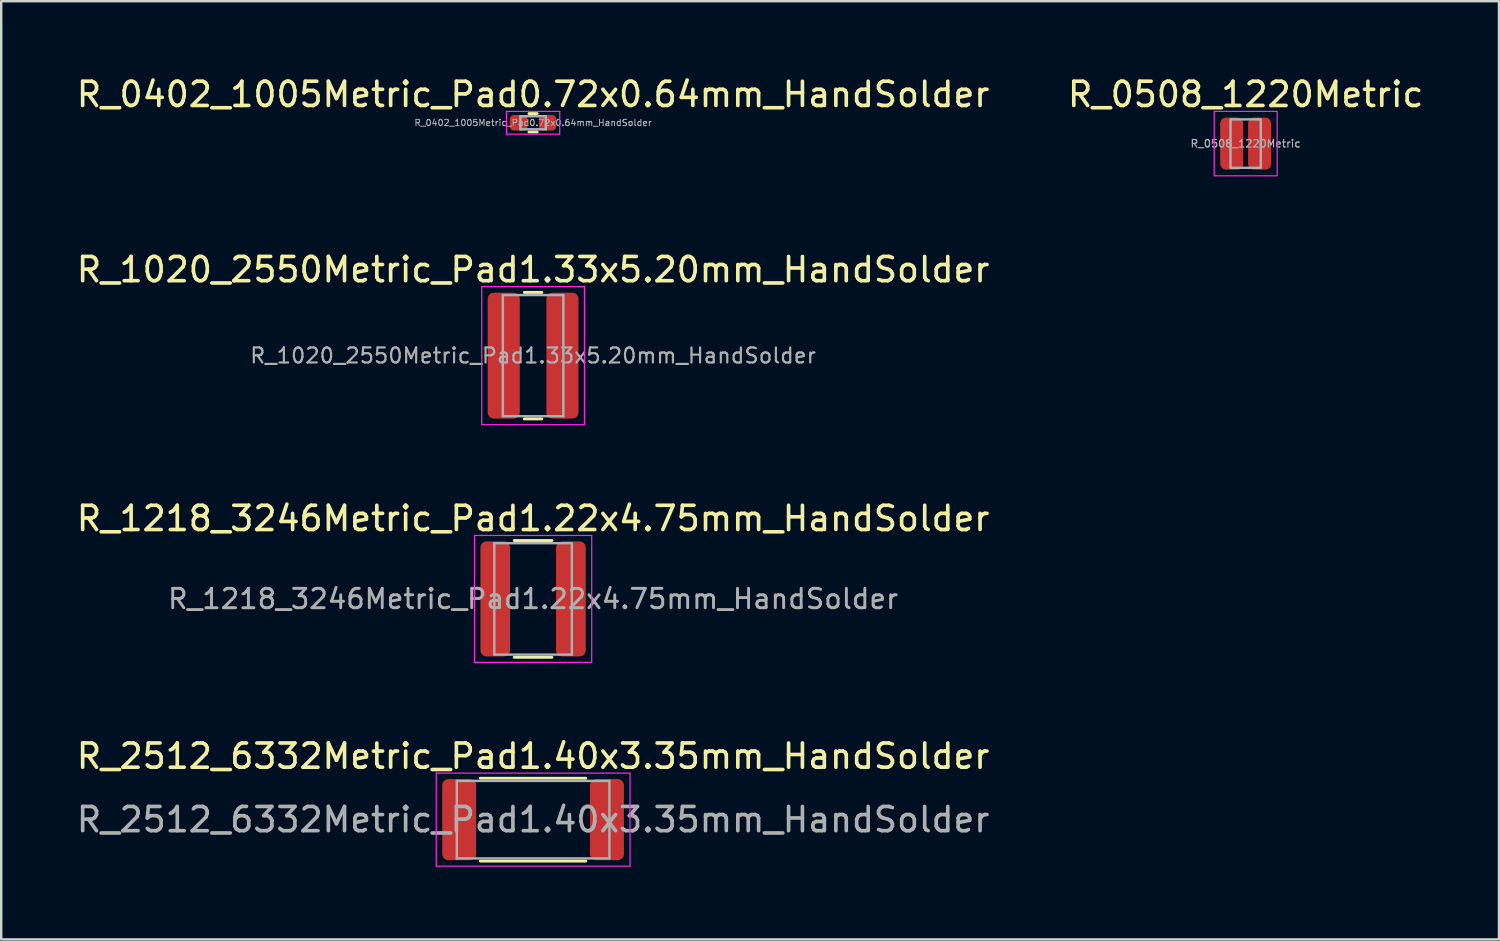
<source format=kicad_pcb>
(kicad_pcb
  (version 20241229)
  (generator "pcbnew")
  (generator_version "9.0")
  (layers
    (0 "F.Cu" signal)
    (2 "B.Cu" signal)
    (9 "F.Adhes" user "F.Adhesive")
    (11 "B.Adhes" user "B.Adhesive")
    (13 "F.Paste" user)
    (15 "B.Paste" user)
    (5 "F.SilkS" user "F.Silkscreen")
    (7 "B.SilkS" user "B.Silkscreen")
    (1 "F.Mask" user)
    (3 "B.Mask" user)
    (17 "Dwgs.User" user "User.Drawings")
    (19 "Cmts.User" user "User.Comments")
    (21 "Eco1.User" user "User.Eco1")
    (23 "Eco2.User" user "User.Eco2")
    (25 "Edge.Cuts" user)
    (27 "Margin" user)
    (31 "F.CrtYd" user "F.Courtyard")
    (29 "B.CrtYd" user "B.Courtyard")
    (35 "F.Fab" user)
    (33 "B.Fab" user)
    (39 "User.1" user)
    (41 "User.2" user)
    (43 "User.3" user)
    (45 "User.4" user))
  (footprint "R_2512_6332Metric_Pad1.40x3.35mm_HandSolder"
    (layer "F.Cu")
    (at 18.958 30.788)
    (property "Reference" "R_2512_6332Metric_Pad1.40x3.35mm_HandSolder" (at 0 -2.62 0) (layer "F.SilkS") (effects (font (size 1 1) (thickness 0.15))))
    (attr smd)
    (fp_line (start -2.177 -1.71) (end 2.177 -1.71) (stroke (width 0.12) (type solid)) (layer "F.SilkS"))
    (fp_line (start -2.177 1.71) (end 2.177 1.71) (stroke (width 0.12) (type solid)) (layer "F.SilkS"))
    (fp_line (start -4 -1.92) (end 4 -1.92) (stroke (width 0.05) (type solid)) (layer "F.CrtYd"))
    (fp_line (start -4 1.92) (end -4 -1.92) (stroke (width 0.05) (type solid)) (layer "F.CrtYd"))
    (fp_line (start 4 -1.92) (end 4 1.92) (stroke (width 0.05) (type solid)) (layer "F.CrtYd"))
    (fp_line (start 4 1.92) (end -4 1.92) (stroke (width 0.05) (type solid)) (layer "F.CrtYd"))
    (fp_line (start -3.15 -1.6) (end 3.15 -1.6) (stroke (width 0.1) (type solid)) (layer "F.Fab"))
    (fp_line (start -3.15 1.6) (end -3.15 -1.6) (stroke (width 0.1) (type solid)) (layer "F.Fab"))
    (fp_line (start 3.15 -1.6) (end 3.15 1.6) (stroke (width 0.1) (type solid)) (layer "F.Fab"))
    (fp_line (start 3.15 1.6) (end -3.15 1.6) (stroke (width 0.1) (type solid)) (layer "F.Fab"))
    (fp_text user "${REFERENCE}" (at 0 0 0) (layer "F.Fab") (effects (font (size 1 1) (thickness 0.15))))
    (pad "1" smd roundrect (at -3.05 0) (size 1.4 3.35) (layers "F.Cu" "F.Mask" "F.Paste") (roundrect_rratio 0.179))
    (pad "2" smd roundrect (at 3.05 0) (size 1.4 3.35) (layers "F.Cu" "F.Mask" "F.Paste") (roundrect_rratio 0.179)))
  (footprint "R_1218_3246Metric_Pad1.22x4.75mm_HandSolder"
    (layer "F.Cu")
    (at 18.958 21.675)
    (property "Reference" "R_1218_3246Metric_Pad1.22x4.75mm_HandSolder" (at 0 -3.32 0) (layer "F.SilkS") (effects (font (size 1 1) (thickness 0.15))))
    (attr smd)
    (fp_line (start -0.777 -2.41) (end 0.777 -2.41) (stroke (width 0.12) (type solid)) (layer "F.SilkS"))
    (fp_line (start -0.777 2.41) (end 0.777 2.41) (stroke (width 0.12) (type solid)) (layer "F.SilkS"))
    (fp_line (start -2.42 -2.62) (end 2.42 -2.62) (stroke (width 0.05) (type solid)) (layer "F.CrtYd"))
    (fp_line (start -2.42 2.62) (end -2.42 -2.62) (stroke (width 0.05) (type solid)) (layer "F.CrtYd"))
    (fp_line (start 2.42 -2.62) (end 2.42 2.62) (stroke (width 0.05) (type solid)) (layer "F.CrtYd"))
    (fp_line (start 2.42 2.62) (end -2.42 2.62) (stroke (width 0.05) (type solid)) (layer "F.CrtYd"))
    (fp_line (start -1.6 -2.3) (end 1.6 -2.3) (stroke (width 0.1) (type solid)) (layer "F.Fab"))
    (fp_line (start -1.6 2.3) (end -1.6 -2.3) (stroke (width 0.1) (type solid)) (layer "F.Fab"))
    (fp_line (start 1.6 -2.3) (end 1.6 2.3) (stroke (width 0.1) (type solid)) (layer "F.Fab"))
    (fp_line (start 1.6 2.3) (end -1.6 2.3) (stroke (width 0.1) (type solid)) (layer "F.Fab"))
    (fp_text user "${REFERENCE}" (at 0 0 0) (layer "F.Fab") (effects (font (size 0.8 0.8) (thickness 0.12))))
    (pad "1" smd roundrect (at -1.562 0) (size 1.225 4.75) (layers "F.Cu" "F.Mask" "F.Paste") (roundrect_rratio 0.204))
    (pad "2" smd roundrect (at 1.562 0) (size 1.225 4.75) (layers "F.Cu" "F.Mask" "F.Paste") (roundrect_rratio 0.204)))
  (footprint "R_0508_1220Metric"
    (layer "F.Cu")
    (at 48.375 2.878)
    (property "Reference" "R_0508_1220Metric" (at 0 -2.03 0) (layer "F.SilkS") (effects (font (size 1 1) (thickness 0.15))))
    (attr smd)
    (fp_rect (start -1.3 -1.33) (end 1.3 1.33) (stroke (width 0.05) (type solid)) (fill no) (layer "F.CrtYd"))
    (fp_rect (start -0.625 -1) (end 0.625 1) (stroke (width 0.1) (type solid)) (fill no) (layer "F.Fab"))
    (fp_text user "${REFERENCE}" (at 0 0 0) (layer "F.Fab") (effects (font (size 0.31 0.31) (thickness 0.05))))
    (pad "1" smd roundrect (at -0.575 0) (size 0.95 2.15) (layers "F.Cu" "F.Mask" "F.Paste") (roundrect_rratio 0.25))
    (pad "2" smd roundrect (at 0.575 0) (size 0.95 2.15) (layers "F.Cu" "F.Mask" "F.Paste") (roundrect_rratio 0.25)))
  (footprint "R_0402_1005Metric_Pad0.72x0.64mm_HandSolder"
    (layer "F.Cu")
    (at 18.958 2.018)
    (property "Reference" "R_0402_1005Metric_Pad0.72x0.64mm_HandSolder" (at 0 -1.17 0) (layer "F.SilkS") (effects (font (size 1 1) (thickness 0.15))))
    (attr smd)
    (fp_line (start -0.168 -0.38) (end 0.168 -0.38) (stroke (width 0.12) (type solid)) (layer "F.SilkS"))
    (fp_line (start -0.168 0.38) (end 0.168 0.38) (stroke (width 0.12) (type solid)) (layer "F.SilkS"))
    (fp_line (start -1.1 -0.47) (end 1.1 -0.47) (stroke (width 0.05) (type solid)) (layer "F.CrtYd"))
    (fp_line (start -1.1 0.47) (end -1.1 -0.47) (stroke (width 0.05) (type solid)) (layer "F.CrtYd"))
    (fp_line (start 1.1 -0.47) (end 1.1 0.47) (stroke (width 0.05) (type solid)) (layer "F.CrtYd"))
    (fp_line (start 1.1 0.47) (end -1.1 0.47) (stroke (width 0.05) (type solid)) (layer "F.CrtYd"))
    (fp_line (start -0.525 -0.27) (end 0.525 -0.27) (stroke (width 0.1) (type solid)) (layer "F.Fab"))
    (fp_line (start -0.525 0.27) (end -0.525 -0.27) (stroke (width 0.1) (type solid)) (layer "F.Fab"))
    (fp_line (start 0.525 -0.27) (end 0.525 0.27) (stroke (width 0.1) (type solid)) (layer "F.Fab"))
    (fp_line (start 0.525 0.27) (end -0.525 0.27) (stroke (width 0.1) (type solid)) (layer "F.Fab"))
    (fp_text user "${REFERENCE}" (at 0 0 0) (layer "F.Fab") (effects (font (size 0.26 0.26) (thickness 0.04))))
    (pad "1" smd roundrect (at -0.598 0) (size 0.715 0.64) (layers "F.Cu" "F.Mask" "F.Paste") (roundrect_rratio 0.25))
    (pad "2" smd roundrect (at 0.598 0) (size 0.715 0.64) (layers "F.Cu" "F.Mask" "F.Paste") (roundrect_rratio 0.25)))
  (footprint "R_1020_2550Metric_Pad1.33x5.20mm_HandSolder"
    (layer "F.Cu")
    (at 18.958 11.632)
    (property "Reference" "R_1020_2550Metric_Pad1.33x5.20mm_HandSolder" (at 0 -3.55 0) (layer "F.SilkS") (effects (font (size 1 1) (thickness 0.15))))
    (attr smd)
    (fp_line (start -0.361 -2.61) (end 0.361 -2.61) (stroke (width 0.12) (type solid)) (layer "F.SilkS"))
    (fp_line (start -0.361 2.61) (end 0.361 2.61) (stroke (width 0.12) (type solid)) (layer "F.SilkS"))
    (fp_line (start -2.12 -2.85) (end 2.12 -2.85) (stroke (width 0.05) (type solid)) (layer "F.CrtYd"))
    (fp_line (start -2.12 2.85) (end -2.12 -2.85) (stroke (width 0.05) (type solid)) (layer "F.CrtYd"))
    (fp_line (start 2.12 -2.85) (end 2.12 2.85) (stroke (width 0.05) (type solid)) (layer "F.CrtYd"))
    (fp_line (start 2.12 2.85) (end -2.12 2.85) (stroke (width 0.05) (type solid)) (layer "F.CrtYd"))
    (fp_line (start -1.25 -2.5) (end 1.25 -2.5) (stroke (width 0.1) (type solid)) (layer "F.Fab"))
    (fp_line (start -1.25 2.5) (end -1.25 -2.5) (stroke (width 0.1) (type solid)) (layer "F.Fab"))
    (fp_line (start 1.25 -2.5) (end 1.25 2.5) (stroke (width 0.1) (type solid)) (layer "F.Fab"))
    (fp_line (start 1.25 2.5) (end -1.25 2.5) (stroke (width 0.1) (type solid)) (layer "F.Fab"))
    (fp_text user "${REFERENCE}" (at 0 0 0) (layer "F.Fab") (effects (font (size 0.62 0.62) (thickness 0.09))))
    (pad "1" smd roundrect (at -1.212 0) (size 1.325 5.2) (layers "F.Cu" "F.Mask" "F.Paste") (roundrect_rratio 0.189))
    (pad "2" smd roundrect (at 1.212 0) (size 1.325 5.2) (layers "F.Cu" "F.Mask" "F.Paste") (roundrect_rratio 0.189)))
  (gr_rect
    (start -3 -3)
    (end 58.833 35.733)
    (stroke (width 0.1) (type default))
    (fill no)
    (layer "Edge.Cuts")))
</source>
